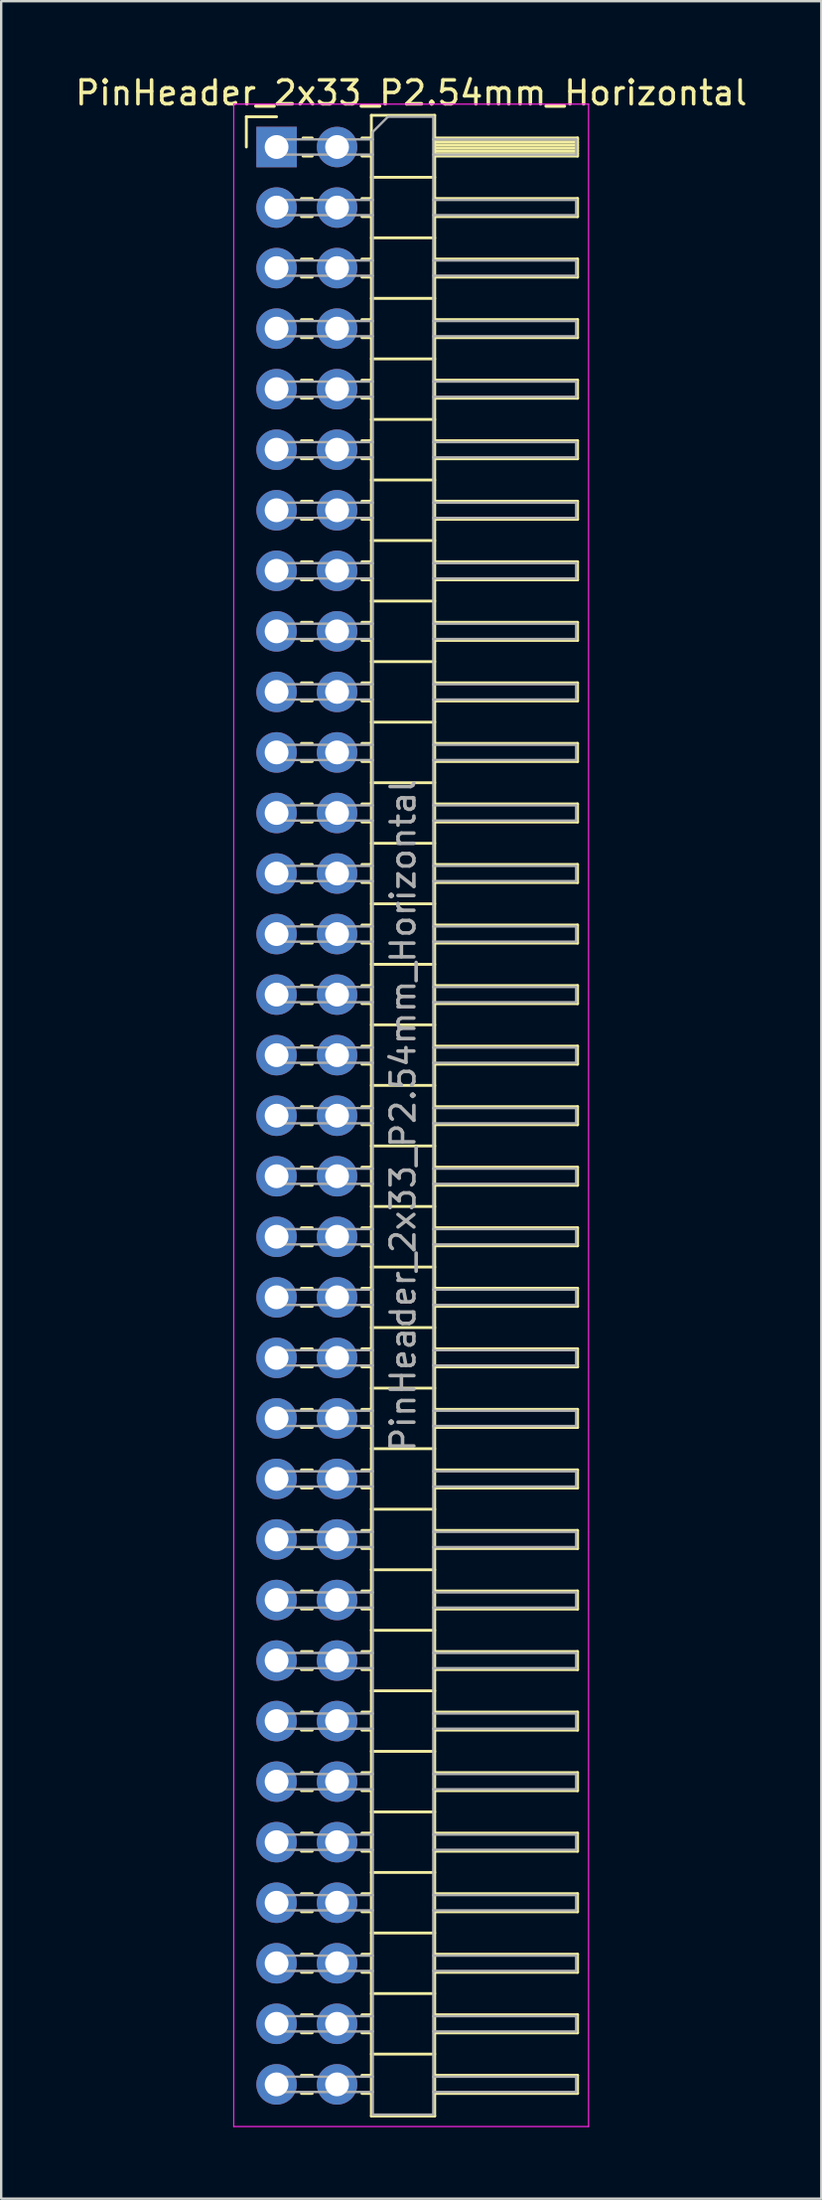
<source format=kicad_pcb>
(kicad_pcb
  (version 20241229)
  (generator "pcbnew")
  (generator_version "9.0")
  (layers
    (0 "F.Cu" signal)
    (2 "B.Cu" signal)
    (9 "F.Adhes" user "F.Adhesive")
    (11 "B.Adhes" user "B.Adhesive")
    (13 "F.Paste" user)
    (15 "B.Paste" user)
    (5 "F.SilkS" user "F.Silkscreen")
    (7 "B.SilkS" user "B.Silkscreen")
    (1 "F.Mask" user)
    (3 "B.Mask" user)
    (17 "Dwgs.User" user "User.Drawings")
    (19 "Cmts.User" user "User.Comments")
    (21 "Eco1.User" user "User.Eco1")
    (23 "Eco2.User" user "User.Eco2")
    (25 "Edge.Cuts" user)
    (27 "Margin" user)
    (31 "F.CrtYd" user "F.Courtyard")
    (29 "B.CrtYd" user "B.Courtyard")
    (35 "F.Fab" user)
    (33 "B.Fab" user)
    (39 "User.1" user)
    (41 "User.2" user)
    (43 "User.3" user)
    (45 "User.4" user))
  (footprint "PinHeader_2x33_P2.54mm_Horizontal"
    (layer "F.Cu")
    (at 8.565 3.118)
    (property "Reference" "PinHeader_2x33_P2.54mm_Horizontal" (at 5.655 -2.27 0) (layer "F.SilkS") (effects (font (size 1 1) (thickness 0.15))))
    (attr through_hole)
    (fp_line (start -1.27 -1.27) (end 0 -1.27) (stroke (width 0.12) (type solid)) (layer "F.SilkS"))
    (fp_line (start -1.27 0) (end -1.27 -1.27) (stroke (width 0.12) (type solid)) (layer "F.SilkS"))
    (fp_line (start 1.043 2.16) (end 1.497 2.16) (stroke (width 0.12) (type solid)) (layer "F.SilkS"))
    (fp_line (start 1.043 2.92) (end 1.497 2.92) (stroke (width 0.12) (type solid)) (layer "F.SilkS"))
    (fp_line (start 1.043 4.7) (end 1.497 4.7) (stroke (width 0.12) (type solid)) (layer "F.SilkS"))
    (fp_line (start 1.043 5.46) (end 1.497 5.46) (stroke (width 0.12) (type solid)) (layer "F.SilkS"))
    (fp_line (start 1.043 7.24) (end 1.497 7.24) (stroke (width 0.12) (type solid)) (layer "F.SilkS"))
    (fp_line (start 1.043 8) (end 1.497 8) (stroke (width 0.12) (type solid)) (layer "F.SilkS"))
    (fp_line (start 1.043 9.78) (end 1.497 9.78) (stroke (width 0.12) (type solid)) (layer "F.SilkS"))
    (fp_line (start 1.043 10.54) (end 1.497 10.54) (stroke (width 0.12) (type solid)) (layer "F.SilkS"))
    (fp_line (start 1.043 12.32) (end 1.497 12.32) (stroke (width 0.12) (type solid)) (layer "F.SilkS"))
    (fp_line (start 1.043 13.08) (end 1.497 13.08) (stroke (width 0.12) (type solid)) (layer "F.SilkS"))
    (fp_line (start 1.043 14.86) (end 1.497 14.86) (stroke (width 0.12) (type solid)) (layer "F.SilkS"))
    (fp_line (start 1.043 15.62) (end 1.497 15.62) (stroke (width 0.12) (type solid)) (layer "F.SilkS"))
    (fp_line (start 1.043 17.4) (end 1.497 17.4) (stroke (width 0.12) (type solid)) (layer "F.SilkS"))
    (fp_line (start 1.043 18.16) (end 1.497 18.16) (stroke (width 0.12) (type solid)) (layer "F.SilkS"))
    (fp_line (start 1.043 19.94) (end 1.497 19.94) (stroke (width 0.12) (type solid)) (layer "F.SilkS"))
    (fp_line (start 1.043 20.7) (end 1.497 20.7) (stroke (width 0.12) (type solid)) (layer "F.SilkS"))
    (fp_line (start 1.043 22.48) (end 1.497 22.48) (stroke (width 0.12) (type solid)) (layer "F.SilkS"))
    (fp_line (start 1.043 23.24) (end 1.497 23.24) (stroke (width 0.12) (type solid)) (layer "F.SilkS"))
    (fp_line (start 1.043 25.02) (end 1.497 25.02) (stroke (width 0.12) (type solid)) (layer "F.SilkS"))
    (fp_line (start 1.043 25.78) (end 1.497 25.78) (stroke (width 0.12) (type solid)) (layer "F.SilkS"))
    (fp_line (start 1.043 27.56) (end 1.497 27.56) (stroke (width 0.12) (type solid)) (layer "F.SilkS"))
    (fp_line (start 1.043 28.32) (end 1.497 28.32) (stroke (width 0.12) (type solid)) (layer "F.SilkS"))
    (fp_line (start 1.043 30.1) (end 1.497 30.1) (stroke (width 0.12) (type solid)) (layer "F.SilkS"))
    (fp_line (start 1.043 30.86) (end 1.497 30.86) (stroke (width 0.12) (type solid)) (layer "F.SilkS"))
    (fp_line (start 1.043 32.64) (end 1.497 32.64) (stroke (width 0.12) (type solid)) (layer "F.SilkS"))
    (fp_line (start 1.043 33.4) (end 1.497 33.4) (stroke (width 0.12) (type solid)) (layer "F.SilkS"))
    (fp_line (start 1.043 35.18) (end 1.497 35.18) (stroke (width 0.12) (type solid)) (layer "F.SilkS"))
    (fp_line (start 1.043 35.94) (end 1.497 35.94) (stroke (width 0.12) (type solid)) (layer "F.SilkS"))
    (fp_line (start 1.043 37.72) (end 1.497 37.72) (stroke (width 0.12) (type solid)) (layer "F.SilkS"))
    (fp_line (start 1.043 38.48) (end 1.497 38.48) (stroke (width 0.12) (type solid)) (layer "F.SilkS"))
    (fp_line (start 1.043 40.26) (end 1.497 40.26) (stroke (width 0.12) (type solid)) (layer "F.SilkS"))
    (fp_line (start 1.043 41.02) (end 1.497 41.02) (stroke (width 0.12) (type solid)) (layer "F.SilkS"))
    (fp_line (start 1.043 42.8) (end 1.497 42.8) (stroke (width 0.12) (type solid)) (layer "F.SilkS"))
    (fp_line (start 1.043 43.56) (end 1.497 43.56) (stroke (width 0.12) (type solid)) (layer "F.SilkS"))
    (fp_line (start 1.043 45.34) (end 1.497 45.34) (stroke (width 0.12) (type solid)) (layer "F.SilkS"))
    (fp_line (start 1.043 46.1) (end 1.497 46.1) (stroke (width 0.12) (type solid)) (layer "F.SilkS"))
    (fp_line (start 1.043 47.88) (end 1.497 47.88) (stroke (width 0.12) (type solid)) (layer "F.SilkS"))
    (fp_line (start 1.043 48.64) (end 1.497 48.64) (stroke (width 0.12) (type solid)) (layer "F.SilkS"))
    (fp_line (start 1.043 50.42) (end 1.497 50.42) (stroke (width 0.12) (type solid)) (layer "F.SilkS"))
    (fp_line (start 1.043 51.18) (end 1.497 51.18) (stroke (width 0.12) (type solid)) (layer "F.SilkS"))
    (fp_line (start 1.043 52.96) (end 1.497 52.96) (stroke (width 0.12) (type solid)) (layer "F.SilkS"))
    (fp_line (start 1.043 53.72) (end 1.497 53.72) (stroke (width 0.12) (type solid)) (layer "F.SilkS"))
    (fp_line (start 1.043 55.5) (end 1.497 55.5) (stroke (width 0.12) (type solid)) (layer "F.SilkS"))
    (fp_line (start 1.043 56.26) (end 1.497 56.26) (stroke (width 0.12) (type solid)) (layer "F.SilkS"))
    (fp_line (start 1.043 58.04) (end 1.497 58.04) (stroke (width 0.12) (type solid)) (layer "F.SilkS"))
    (fp_line (start 1.043 58.8) (end 1.497 58.8) (stroke (width 0.12) (type solid)) (layer "F.SilkS"))
    (fp_line (start 1.043 60.58) (end 1.497 60.58) (stroke (width 0.12) (type solid)) (layer "F.SilkS"))
    (fp_line (start 1.043 61.34) (end 1.497 61.34) (stroke (width 0.12) (type solid)) (layer "F.SilkS"))
    (fp_line (start 1.043 63.12) (end 1.497 63.12) (stroke (width 0.12) (type solid)) (layer "F.SilkS"))
    (fp_line (start 1.043 63.88) (end 1.497 63.88) (stroke (width 0.12) (type solid)) (layer "F.SilkS"))
    (fp_line (start 1.043 65.66) (end 1.497 65.66) (stroke (width 0.12) (type solid)) (layer "F.SilkS"))
    (fp_line (start 1.043 66.42) (end 1.497 66.42) (stroke (width 0.12) (type solid)) (layer "F.SilkS"))
    (fp_line (start 1.043 68.2) (end 1.497 68.2) (stroke (width 0.12) (type solid)) (layer "F.SilkS"))
    (fp_line (start 1.043 68.96) (end 1.497 68.96) (stroke (width 0.12) (type solid)) (layer "F.SilkS"))
    (fp_line (start 1.043 70.74) (end 1.497 70.74) (stroke (width 0.12) (type solid)) (layer "F.SilkS"))
    (fp_line (start 1.043 71.5) (end 1.497 71.5) (stroke (width 0.12) (type solid)) (layer "F.SilkS"))
    (fp_line (start 1.043 73.28) (end 1.497 73.28) (stroke (width 0.12) (type solid)) (layer "F.SilkS"))
    (fp_line (start 1.043 74.04) (end 1.497 74.04) (stroke (width 0.12) (type solid)) (layer "F.SilkS"))
    (fp_line (start 1.043 75.82) (end 1.497 75.82) (stroke (width 0.12) (type solid)) (layer "F.SilkS"))
    (fp_line (start 1.043 76.58) (end 1.497 76.58) (stroke (width 0.12) (type solid)) (layer "F.SilkS"))
    (fp_line (start 1.043 78.36) (end 1.497 78.36) (stroke (width 0.12) (type solid)) (layer "F.SilkS"))
    (fp_line (start 1.043 79.12) (end 1.497 79.12) (stroke (width 0.12) (type solid)) (layer "F.SilkS"))
    (fp_line (start 1.043 80.9) (end 1.497 80.9) (stroke (width 0.12) (type solid)) (layer "F.SilkS"))
    (fp_line (start 1.043 81.66) (end 1.497 81.66) (stroke (width 0.12) (type solid)) (layer "F.SilkS"))
    (fp_line (start 1.11 -0.38) (end 1.497 -0.38) (stroke (width 0.12) (type solid)) (layer "F.SilkS"))
    (fp_line (start 1.11 0.38) (end 1.497 0.38) (stroke (width 0.12) (type solid)) (layer "F.SilkS"))
    (fp_line (start 3.583 -0.38) (end 3.98 -0.38) (stroke (width 0.12) (type solid)) (layer "F.SilkS"))
    (fp_line (start 3.583 0.38) (end 3.98 0.38) (stroke (width 0.12) (type solid)) (layer "F.SilkS"))
    (fp_line (start 3.583 2.16) (end 3.98 2.16) (stroke (width 0.12) (type solid)) (layer "F.SilkS"))
    (fp_line (start 3.583 2.92) (end 3.98 2.92) (stroke (width 0.12) (type solid)) (layer "F.SilkS"))
    (fp_line (start 3.583 4.7) (end 3.98 4.7) (stroke (width 0.12) (type solid)) (layer "F.SilkS"))
    (fp_line (start 3.583 5.46) (end 3.98 5.46) (stroke (width 0.12) (type solid)) (layer "F.SilkS"))
    (fp_line (start 3.583 7.24) (end 3.98 7.24) (stroke (width 0.12) (type solid)) (layer "F.SilkS"))
    (fp_line (start 3.583 8) (end 3.98 8) (stroke (width 0.12) (type solid)) (layer "F.SilkS"))
    (fp_line (start 3.583 9.78) (end 3.98 9.78) (stroke (width 0.12) (type solid)) (layer "F.SilkS"))
    (fp_line (start 3.583 10.54) (end 3.98 10.54) (stroke (width 0.12) (type solid)) (layer "F.SilkS"))
    (fp_line (start 3.583 12.32) (end 3.98 12.32) (stroke (width 0.12) (type solid)) (layer "F.SilkS"))
    (fp_line (start 3.583 13.08) (end 3.98 13.08) (stroke (width 0.12) (type solid)) (layer "F.SilkS"))
    (fp_line (start 3.583 14.86) (end 3.98 14.86) (stroke (width 0.12) (type solid)) (layer "F.SilkS"))
    (fp_line (start 3.583 15.62) (end 3.98 15.62) (stroke (width 0.12) (type solid)) (layer "F.SilkS"))
    (fp_line (start 3.583 17.4) (end 3.98 17.4) (stroke (width 0.12) (type solid)) (layer "F.SilkS"))
    (fp_line (start 3.583 18.16) (end 3.98 18.16) (stroke (width 0.12) (type solid)) (layer "F.SilkS"))
    (fp_line (start 3.583 19.94) (end 3.98 19.94) (stroke (width 0.12) (type solid)) (layer "F.SilkS"))
    (fp_line (start 3.583 20.7) (end 3.98 20.7) (stroke (width 0.12) (type solid)) (layer "F.SilkS"))
    (fp_line (start 3.583 22.48) (end 3.98 22.48) (stroke (width 0.12) (type solid)) (layer "F.SilkS"))
    (fp_line (start 3.583 23.24) (end 3.98 23.24) (stroke (width 0.12) (type solid)) (layer "F.SilkS"))
    (fp_line (start 3.583 25.02) (end 3.98 25.02) (stroke (width 0.12) (type solid)) (layer "F.SilkS"))
    (fp_line (start 3.583 25.78) (end 3.98 25.78) (stroke (width 0.12) (type solid)) (layer "F.SilkS"))
    (fp_line (start 3.583 27.56) (end 3.98 27.56) (stroke (width 0.12) (type solid)) (layer "F.SilkS"))
    (fp_line (start 3.583 28.32) (end 3.98 28.32) (stroke (width 0.12) (type solid)) (layer "F.SilkS"))
    (fp_line (start 3.583 30.1) (end 3.98 30.1) (stroke (width 0.12) (type solid)) (layer "F.SilkS"))
    (fp_line (start 3.583 30.86) (end 3.98 30.86) (stroke (width 0.12) (type solid)) (layer "F.SilkS"))
    (fp_line (start 3.583 32.64) (end 3.98 32.64) (stroke (width 0.12) (type solid)) (layer "F.SilkS"))
    (fp_line (start 3.583 33.4) (end 3.98 33.4) (stroke (width 0.12) (type solid)) (layer "F.SilkS"))
    (fp_line (start 3.583 35.18) (end 3.98 35.18) (stroke (width 0.12) (type solid)) (layer "F.SilkS"))
    (fp_line (start 3.583 35.94) (end 3.98 35.94) (stroke (width 0.12) (type solid)) (layer "F.SilkS"))
    (fp_line (start 3.583 37.72) (end 3.98 37.72) (stroke (width 0.12) (type solid)) (layer "F.SilkS"))
    (fp_line (start 3.583 38.48) (end 3.98 38.48) (stroke (width 0.12) (type solid)) (layer "F.SilkS"))
    (fp_line (start 3.583 40.26) (end 3.98 40.26) (stroke (width 0.12) (type solid)) (layer "F.SilkS"))
    (fp_line (start 3.583 41.02) (end 3.98 41.02) (stroke (width 0.12) (type solid)) (layer "F.SilkS"))
    (fp_line (start 3.583 42.8) (end 3.98 42.8) (stroke (width 0.12) (type solid)) (layer "F.SilkS"))
    (fp_line (start 3.583 43.56) (end 3.98 43.56) (stroke (width 0.12) (type solid)) (layer "F.SilkS"))
    (fp_line (start 3.583 45.34) (end 3.98 45.34) (stroke (width 0.12) (type solid)) (layer "F.SilkS"))
    (fp_line (start 3.583 46.1) (end 3.98 46.1) (stroke (width 0.12) (type solid)) (layer "F.SilkS"))
    (fp_line (start 3.583 47.88) (end 3.98 47.88) (stroke (width 0.12) (type solid)) (layer "F.SilkS"))
    (fp_line (start 3.583 48.64) (end 3.98 48.64) (stroke (width 0.12) (type solid)) (layer "F.SilkS"))
    (fp_line (start 3.583 50.42) (end 3.98 50.42) (stroke (width 0.12) (type solid)) (layer "F.SilkS"))
    (fp_line (start 3.583 51.18) (end 3.98 51.18) (stroke (width 0.12) (type solid)) (layer "F.SilkS"))
    (fp_line (start 3.583 52.96) (end 3.98 52.96) (stroke (width 0.12) (type solid)) (layer "F.SilkS"))
    (fp_line (start 3.583 53.72) (end 3.98 53.72) (stroke (width 0.12) (type solid)) (layer "F.SilkS"))
    (fp_line (start 3.583 55.5) (end 3.98 55.5) (stroke (width 0.12) (type solid)) (layer "F.SilkS"))
    (fp_line (start 3.583 56.26) (end 3.98 56.26) (stroke (width 0.12) (type solid)) (layer "F.SilkS"))
    (fp_line (start 3.583 58.04) (end 3.98 58.04) (stroke (width 0.12) (type solid)) (layer "F.SilkS"))
    (fp_line (start 3.583 58.8) (end 3.98 58.8) (stroke (width 0.12) (type solid)) (layer "F.SilkS"))
    (fp_line (start 3.583 60.58) (end 3.98 60.58) (stroke (width 0.12) (type solid)) (layer "F.SilkS"))
    (fp_line (start 3.583 61.34) (end 3.98 61.34) (stroke (width 0.12) (type solid)) (layer "F.SilkS"))
    (fp_line (start 3.583 63.12) (end 3.98 63.12) (stroke (width 0.12) (type solid)) (layer "F.SilkS"))
    (fp_line (start 3.583 63.88) (end 3.98 63.88) (stroke (width 0.12) (type solid)) (layer "F.SilkS"))
    (fp_line (start 3.583 65.66) (end 3.98 65.66) (stroke (width 0.12) (type solid)) (layer "F.SilkS"))
    (fp_line (start 3.583 66.42) (end 3.98 66.42) (stroke (width 0.12) (type solid)) (layer "F.SilkS"))
    (fp_line (start 3.583 68.2) (end 3.98 68.2) (stroke (width 0.12) (type solid)) (layer "F.SilkS"))
    (fp_line (start 3.583 68.96) (end 3.98 68.96) (stroke (width 0.12) (type solid)) (layer "F.SilkS"))
    (fp_line (start 3.583 70.74) (end 3.98 70.74) (stroke (width 0.12) (type solid)) (layer "F.SilkS"))
    (fp_line (start 3.583 71.5) (end 3.98 71.5) (stroke (width 0.12) (type solid)) (layer "F.SilkS"))
    (fp_line (start 3.583 73.28) (end 3.98 73.28) (stroke (width 0.12) (type solid)) (layer "F.SilkS"))
    (fp_line (start 3.583 74.04) (end 3.98 74.04) (stroke (width 0.12) (type solid)) (layer "F.SilkS"))
    (fp_line (start 3.583 75.82) (end 3.98 75.82) (stroke (width 0.12) (type solid)) (layer "F.SilkS"))
    (fp_line (start 3.583 76.58) (end 3.98 76.58) (stroke (width 0.12) (type solid)) (layer "F.SilkS"))
    (fp_line (start 3.583 78.36) (end 3.98 78.36) (stroke (width 0.12) (type solid)) (layer "F.SilkS"))
    (fp_line (start 3.583 79.12) (end 3.98 79.12) (stroke (width 0.12) (type solid)) (layer "F.SilkS"))
    (fp_line (start 3.583 80.9) (end 3.98 80.9) (stroke (width 0.12) (type solid)) (layer "F.SilkS"))
    (fp_line (start 3.583 81.66) (end 3.98 81.66) (stroke (width 0.12) (type solid)) (layer "F.SilkS"))
    (fp_line (start 3.98 -1.33) (end 3.98 82.61) (stroke (width 0.12) (type solid)) (layer "F.SilkS"))
    (fp_line (start 3.98 1.27) (end 6.64 1.27) (stroke (width 0.12) (type solid)) (layer "F.SilkS"))
    (fp_line (start 3.98 3.81) (end 6.64 3.81) (stroke (width 0.12) (type solid)) (layer "F.SilkS"))
    (fp_line (start 3.98 6.35) (end 6.64 6.35) (stroke (width 0.12) (type solid)) (layer "F.SilkS"))
    (fp_line (start 3.98 8.89) (end 6.64 8.89) (stroke (width 0.12) (type solid)) (layer "F.SilkS"))
    (fp_line (start 3.98 11.43) (end 6.64 11.43) (stroke (width 0.12) (type solid)) (layer "F.SilkS"))
    (fp_line (start 3.98 13.97) (end 6.64 13.97) (stroke (width 0.12) (type solid)) (layer "F.SilkS"))
    (fp_line (start 3.98 16.51) (end 6.64 16.51) (stroke (width 0.12) (type solid)) (layer "F.SilkS"))
    (fp_line (start 3.98 19.05) (end 6.64 19.05) (stroke (width 0.12) (type solid)) (layer "F.SilkS"))
    (fp_line (start 3.98 21.59) (end 6.64 21.59) (stroke (width 0.12) (type solid)) (layer "F.SilkS"))
    (fp_line (start 3.98 24.13) (end 6.64 24.13) (stroke (width 0.12) (type solid)) (layer "F.SilkS"))
    (fp_line (start 3.98 26.67) (end 6.64 26.67) (stroke (width 0.12) (type solid)) (layer "F.SilkS"))
    (fp_line (start 3.98 29.21) (end 6.64 29.21) (stroke (width 0.12) (type solid)) (layer "F.SilkS"))
    (fp_line (start 3.98 31.75) (end 6.64 31.75) (stroke (width 0.12) (type solid)) (layer "F.SilkS"))
    (fp_line (start 3.98 34.29) (end 6.64 34.29) (stroke (width 0.12) (type solid)) (layer "F.SilkS"))
    (fp_line (start 3.98 36.83) (end 6.64 36.83) (stroke (width 0.12) (type solid)) (layer "F.SilkS"))
    (fp_line (start 3.98 39.37) (end 6.64 39.37) (stroke (width 0.12) (type solid)) (layer "F.SilkS"))
    (fp_line (start 3.98 41.91) (end 6.64 41.91) (stroke (width 0.12) (type solid)) (layer "F.SilkS"))
    (fp_line (start 3.98 44.45) (end 6.64 44.45) (stroke (width 0.12) (type solid)) (layer "F.SilkS"))
    (fp_line (start 3.98 46.99) (end 6.64 46.99) (stroke (width 0.12) (type solid)) (layer "F.SilkS"))
    (fp_line (start 3.98 49.53) (end 6.64 49.53) (stroke (width 0.12) (type solid)) (layer "F.SilkS"))
    (fp_line (start 3.98 52.07) (end 6.64 52.07) (stroke (width 0.12) (type solid)) (layer "F.SilkS"))
    (fp_line (start 3.98 54.61) (end 6.64 54.61) (stroke (width 0.12) (type solid)) (layer "F.SilkS"))
    (fp_line (start 3.98 57.15) (end 6.64 57.15) (stroke (width 0.12) (type solid)) (layer "F.SilkS"))
    (fp_line (start 3.98 59.69) (end 6.64 59.69) (stroke (width 0.12) (type solid)) (layer "F.SilkS"))
    (fp_line (start 3.98 62.23) (end 6.64 62.23) (stroke (width 0.12) (type solid)) (layer "F.SilkS"))
    (fp_line (start 3.98 64.77) (end 6.64 64.77) (stroke (width 0.12) (type solid)) (layer "F.SilkS"))
    (fp_line (start 3.98 67.31) (end 6.64 67.31) (stroke (width 0.12) (type solid)) (layer "F.SilkS"))
    (fp_line (start 3.98 69.85) (end 6.64 69.85) (stroke (width 0.12) (type solid)) (layer "F.SilkS"))
    (fp_line (start 3.98 72.39) (end 6.64 72.39) (stroke (width 0.12) (type solid)) (layer "F.SilkS"))
    (fp_line (start 3.98 74.93) (end 6.64 74.93) (stroke (width 0.12) (type solid)) (layer "F.SilkS"))
    (fp_line (start 3.98 77.47) (end 6.64 77.47) (stroke (width 0.12) (type solid)) (layer "F.SilkS"))
    (fp_line (start 3.98 80.01) (end 6.64 80.01) (stroke (width 0.12) (type solid)) (layer "F.SilkS"))
    (fp_line (start 3.98 82.61) (end 6.64 82.61) (stroke (width 0.12) (type solid)) (layer "F.SilkS"))
    (fp_line (start 6.64 -1.33) (end 3.98 -1.33) (stroke (width 0.12) (type solid)) (layer "F.SilkS"))
    (fp_line (start 6.64 -0.38) (end 12.64 -0.38) (stroke (width 0.12) (type solid)) (layer "F.SilkS"))
    (fp_line (start 6.64 -0.32) (end 12.64 -0.32) (stroke (width 0.12) (type solid)) (layer "F.SilkS"))
    (fp_line (start 6.64 -0.2) (end 12.64 -0.2) (stroke (width 0.12) (type solid)) (layer "F.SilkS"))
    (fp_line (start 6.64 -0.08) (end 12.64 -0.08) (stroke (width 0.12) (type solid)) (layer "F.SilkS"))
    (fp_line (start 6.64 0.04) (end 12.64 0.04) (stroke (width 0.12) (type solid)) (layer "F.SilkS"))
    (fp_line (start 6.64 0.16) (end 12.64 0.16) (stroke (width 0.12) (type solid)) (layer "F.SilkS"))
    (fp_line (start 6.64 0.28) (end 12.64 0.28) (stroke (width 0.12) (type solid)) (layer "F.SilkS"))
    (fp_line (start 6.64 2.16) (end 12.64 2.16) (stroke (width 0.12) (type solid)) (layer "F.SilkS"))
    (fp_line (start 6.64 4.7) (end 12.64 4.7) (stroke (width 0.12) (type solid)) (layer "F.SilkS"))
    (fp_line (start 6.64 7.24) (end 12.64 7.24) (stroke (width 0.12) (type solid)) (layer "F.SilkS"))
    (fp_line (start 6.64 9.78) (end 12.64 9.78) (stroke (width 0.12) (type solid)) (layer "F.SilkS"))
    (fp_line (start 6.64 12.32) (end 12.64 12.32) (stroke (width 0.12) (type solid)) (layer "F.SilkS"))
    (fp_line (start 6.64 14.86) (end 12.64 14.86) (stroke (width 0.12) (type solid)) (layer "F.SilkS"))
    (fp_line (start 6.64 17.4) (end 12.64 17.4) (stroke (width 0.12) (type solid)) (layer "F.SilkS"))
    (fp_line (start 6.64 19.94) (end 12.64 19.94) (stroke (width 0.12) (type solid)) (layer "F.SilkS"))
    (fp_line (start 6.64 22.48) (end 12.64 22.48) (stroke (width 0.12) (type solid)) (layer "F.SilkS"))
    (fp_line (start 6.64 25.02) (end 12.64 25.02) (stroke (width 0.12) (type solid)) (layer "F.SilkS"))
    (fp_line (start 6.64 27.56) (end 12.64 27.56) (stroke (width 0.12) (type solid)) (layer "F.SilkS"))
    (fp_line (start 6.64 30.1) (end 12.64 30.1) (stroke (width 0.12) (type solid)) (layer "F.SilkS"))
    (fp_line (start 6.64 32.64) (end 12.64 32.64) (stroke (width 0.12) (type solid)) (layer "F.SilkS"))
    (fp_line (start 6.64 35.18) (end 12.64 35.18) (stroke (width 0.12) (type solid)) (layer "F.SilkS"))
    (fp_line (start 6.64 37.72) (end 12.64 37.72) (stroke (width 0.12) (type solid)) (layer "F.SilkS"))
    (fp_line (start 6.64 40.26) (end 12.64 40.26) (stroke (width 0.12) (type solid)) (layer "F.SilkS"))
    (fp_line (start 6.64 42.8) (end 12.64 42.8) (stroke (width 0.12) (type solid)) (layer "F.SilkS"))
    (fp_line (start 6.64 45.34) (end 12.64 45.34) (stroke (width 0.12) (type solid)) (layer "F.SilkS"))
    (fp_line (start 6.64 47.88) (end 12.64 47.88) (stroke (width 0.12) (type solid)) (layer "F.SilkS"))
    (fp_line (start 6.64 50.42) (end 12.64 50.42) (stroke (width 0.12) (type solid)) (layer "F.SilkS"))
    (fp_line (start 6.64 52.96) (end 12.64 52.96) (stroke (width 0.12) (type solid)) (layer "F.SilkS"))
    (fp_line (start 6.64 55.5) (end 12.64 55.5) (stroke (width 0.12) (type solid)) (layer "F.SilkS"))
    (fp_line (start 6.64 58.04) (end 12.64 58.04) (stroke (width 0.12) (type solid)) (layer "F.SilkS"))
    (fp_line (start 6.64 60.58) (end 12.64 60.58) (stroke (width 0.12) (type solid)) (layer "F.SilkS"))
    (fp_line (start 6.64 63.12) (end 12.64 63.12) (stroke (width 0.12) (type solid)) (layer "F.SilkS"))
    (fp_line (start 6.64 65.66) (end 12.64 65.66) (stroke (width 0.12) (type solid)) (layer "F.SilkS"))
    (fp_line (start 6.64 68.2) (end 12.64 68.2) (stroke (width 0.12) (type solid)) (layer "F.SilkS"))
    (fp_line (start 6.64 70.74) (end 12.64 70.74) (stroke (width 0.12) (type solid)) (layer "F.SilkS"))
    (fp_line (start 6.64 73.28) (end 12.64 73.28) (stroke (width 0.12) (type solid)) (layer "F.SilkS"))
    (fp_line (start 6.64 75.82) (end 12.64 75.82) (stroke (width 0.12) (type solid)) (layer "F.SilkS"))
    (fp_line (start 6.64 78.36) (end 12.64 78.36) (stroke (width 0.12) (type solid)) (layer "F.SilkS"))
    (fp_line (start 6.64 80.9) (end 12.64 80.9) (stroke (width 0.12) (type solid)) (layer "F.SilkS"))
    (fp_line (start 6.64 82.61) (end 6.64 -1.33) (stroke (width 0.12) (type solid)) (layer "F.SilkS"))
    (fp_line (start 12.64 -0.38) (end 12.64 0.38) (stroke (width 0.12) (type solid)) (layer "F.SilkS"))
    (fp_line (start 12.64 0.38) (end 6.64 0.38) (stroke (width 0.12) (type solid)) (layer "F.SilkS"))
    (fp_line (start 12.64 2.16) (end 12.64 2.92) (stroke (width 0.12) (type solid)) (layer "F.SilkS"))
    (fp_line (start 12.64 2.92) (end 6.64 2.92) (stroke (width 0.12) (type solid)) (layer "F.SilkS"))
    (fp_line (start 12.64 4.7) (end 12.64 5.46) (stroke (width 0.12) (type solid)) (layer "F.SilkS"))
    (fp_line (start 12.64 5.46) (end 6.64 5.46) (stroke (width 0.12) (type solid)) (layer "F.SilkS"))
    (fp_line (start 12.64 7.24) (end 12.64 8) (stroke (width 0.12) (type solid)) (layer "F.SilkS"))
    (fp_line (start 12.64 8) (end 6.64 8) (stroke (width 0.12) (type solid)) (layer "F.SilkS"))
    (fp_line (start 12.64 9.78) (end 12.64 10.54) (stroke (width 0.12) (type solid)) (layer "F.SilkS"))
    (fp_line (start 12.64 10.54) (end 6.64 10.54) (stroke (width 0.12) (type solid)) (layer "F.SilkS"))
    (fp_line (start 12.64 12.32) (end 12.64 13.08) (stroke (width 0.12) (type solid)) (layer "F.SilkS"))
    (fp_line (start 12.64 13.08) (end 6.64 13.08) (stroke (width 0.12) (type solid)) (layer "F.SilkS"))
    (fp_line (start 12.64 14.86) (end 12.64 15.62) (stroke (width 0.12) (type solid)) (layer "F.SilkS"))
    (fp_line (start 12.64 15.62) (end 6.64 15.62) (stroke (width 0.12) (type solid)) (layer "F.SilkS"))
    (fp_line (start 12.64 17.4) (end 12.64 18.16) (stroke (width 0.12) (type solid)) (layer "F.SilkS"))
    (fp_line (start 12.64 18.16) (end 6.64 18.16) (stroke (width 0.12) (type solid)) (layer "F.SilkS"))
    (fp_line (start 12.64 19.94) (end 12.64 20.7) (stroke (width 0.12) (type solid)) (layer "F.SilkS"))
    (fp_line (start 12.64 20.7) (end 6.64 20.7) (stroke (width 0.12) (type solid)) (layer "F.SilkS"))
    (fp_line (start 12.64 22.48) (end 12.64 23.24) (stroke (width 0.12) (type solid)) (layer "F.SilkS"))
    (fp_line (start 12.64 23.24) (end 6.64 23.24) (stroke (width 0.12) (type solid)) (layer "F.SilkS"))
    (fp_line (start 12.64 25.02) (end 12.64 25.78) (stroke (width 0.12) (type solid)) (layer "F.SilkS"))
    (fp_line (start 12.64 25.78) (end 6.64 25.78) (stroke (width 0.12) (type solid)) (layer "F.SilkS"))
    (fp_line (start 12.64 27.56) (end 12.64 28.32) (stroke (width 0.12) (type solid)) (layer "F.SilkS"))
    (fp_line (start 12.64 28.32) (end 6.64 28.32) (stroke (width 0.12) (type solid)) (layer "F.SilkS"))
    (fp_line (start 12.64 30.1) (end 12.64 30.86) (stroke (width 0.12) (type solid)) (layer "F.SilkS"))
    (fp_line (start 12.64 30.86) (end 6.64 30.86) (stroke (width 0.12) (type solid)) (layer "F.SilkS"))
    (fp_line (start 12.64 32.64) (end 12.64 33.4) (stroke (width 0.12) (type solid)) (layer "F.SilkS"))
    (fp_line (start 12.64 33.4) (end 6.64 33.4) (stroke (width 0.12) (type solid)) (layer "F.SilkS"))
    (fp_line (start 12.64 35.18) (end 12.64 35.94) (stroke (width 0.12) (type solid)) (layer "F.SilkS"))
    (fp_line (start 12.64 35.94) (end 6.64 35.94) (stroke (width 0.12) (type solid)) (layer "F.SilkS"))
    (fp_line (start 12.64 37.72) (end 12.64 38.48) (stroke (width 0.12) (type solid)) (layer "F.SilkS"))
    (fp_line (start 12.64 38.48) (end 6.64 38.48) (stroke (width 0.12) (type solid)) (layer "F.SilkS"))
    (fp_line (start 12.64 40.26) (end 12.64 41.02) (stroke (width 0.12) (type solid)) (layer "F.SilkS"))
    (fp_line (start 12.64 41.02) (end 6.64 41.02) (stroke (width 0.12) (type solid)) (layer "F.SilkS"))
    (fp_line (start 12.64 42.8) (end 12.64 43.56) (stroke (width 0.12) (type solid)) (layer "F.SilkS"))
    (fp_line (start 12.64 43.56) (end 6.64 43.56) (stroke (width 0.12) (type solid)) (layer "F.SilkS"))
    (fp_line (start 12.64 45.34) (end 12.64 46.1) (stroke (width 0.12) (type solid)) (layer "F.SilkS"))
    (fp_line (start 12.64 46.1) (end 6.64 46.1) (stroke (width 0.12) (type solid)) (layer "F.SilkS"))
    (fp_line (start 12.64 47.88) (end 12.64 48.64) (stroke (width 0.12) (type solid)) (layer "F.SilkS"))
    (fp_line (start 12.64 48.64) (end 6.64 48.64) (stroke (width 0.12) (type solid)) (layer "F.SilkS"))
    (fp_line (start 12.64 50.42) (end 12.64 51.18) (stroke (width 0.12) (type solid)) (layer "F.SilkS"))
    (fp_line (start 12.64 51.18) (end 6.64 51.18) (stroke (width 0.12) (type solid)) (layer "F.SilkS"))
    (fp_line (start 12.64 52.96) (end 12.64 53.72) (stroke (width 0.12) (type solid)) (layer "F.SilkS"))
    (fp_line (start 12.64 53.72) (end 6.64 53.72) (stroke (width 0.12) (type solid)) (layer "F.SilkS"))
    (fp_line (start 12.64 55.5) (end 12.64 56.26) (stroke (width 0.12) (type solid)) (layer "F.SilkS"))
    (fp_line (start 12.64 56.26) (end 6.64 56.26) (stroke (width 0.12) (type solid)) (layer "F.SilkS"))
    (fp_line (start 12.64 58.04) (end 12.64 58.8) (stroke (width 0.12) (type solid)) (layer "F.SilkS"))
    (fp_line (start 12.64 58.8) (end 6.64 58.8) (stroke (width 0.12) (type solid)) (layer "F.SilkS"))
    (fp_line (start 12.64 60.58) (end 12.64 61.34) (stroke (width 0.12) (type solid)) (layer "F.SilkS"))
    (fp_line (start 12.64 61.34) (end 6.64 61.34) (stroke (width 0.12) (type solid)) (layer "F.SilkS"))
    (fp_line (start 12.64 63.12) (end 12.64 63.88) (stroke (width 0.12) (type solid)) (layer "F.SilkS"))
    (fp_line (start 12.64 63.88) (end 6.64 63.88) (stroke (width 0.12) (type solid)) (layer "F.SilkS"))
    (fp_line (start 12.64 65.66) (end 12.64 66.42) (stroke (width 0.12) (type solid)) (layer "F.SilkS"))
    (fp_line (start 12.64 66.42) (end 6.64 66.42) (stroke (width 0.12) (type solid)) (layer "F.SilkS"))
    (fp_line (start 12.64 68.2) (end 12.64 68.96) (stroke (width 0.12) (type solid)) (layer "F.SilkS"))
    (fp_line (start 12.64 68.96) (end 6.64 68.96) (stroke (width 0.12) (type solid)) (layer "F.SilkS"))
    (fp_line (start 12.64 70.74) (end 12.64 71.5) (stroke (width 0.12) (type solid)) (layer "F.SilkS"))
    (fp_line (start 12.64 71.5) (end 6.64 71.5) (stroke (width 0.12) (type solid)) (layer "F.SilkS"))
    (fp_line (start 12.64 73.28) (end 12.64 74.04) (stroke (width 0.12) (type solid)) (layer "F.SilkS"))
    (fp_line (start 12.64 74.04) (end 6.64 74.04) (stroke (width 0.12) (type solid)) (layer "F.SilkS"))
    (fp_line (start 12.64 75.82) (end 12.64 76.58) (stroke (width 0.12) (type solid)) (layer "F.SilkS"))
    (fp_line (start 12.64 76.58) (end 6.64 76.58) (stroke (width 0.12) (type solid)) (layer "F.SilkS"))
    (fp_line (start 12.64 78.36) (end 12.64 79.12) (stroke (width 0.12) (type solid)) (layer "F.SilkS"))
    (fp_line (start 12.64 79.12) (end 6.64 79.12) (stroke (width 0.12) (type solid)) (layer "F.SilkS"))
    (fp_line (start 12.64 80.9) (end 12.64 81.66) (stroke (width 0.12) (type solid)) (layer "F.SilkS"))
    (fp_line (start 12.64 81.66) (end 6.64 81.66) (stroke (width 0.12) (type solid)) (layer "F.SilkS"))
    (fp_line (start -1.8 -1.8) (end -1.8 83.05) (stroke (width 0.05) (type solid)) (layer "F.CrtYd"))
    (fp_line (start -1.8 83.05) (end 13.1 83.05) (stroke (width 0.05) (type solid)) (layer "F.CrtYd"))
    (fp_line (start 13.1 -1.8) (end -1.8 -1.8) (stroke (width 0.05) (type solid)) (layer "F.CrtYd"))
    (fp_line (start 13.1 83.05) (end 13.1 -1.8) (stroke (width 0.05) (type solid)) (layer "F.CrtYd"))
    (fp_line (start -0.32 -0.32) (end -0.32 0.32) (stroke (width 0.1) (type solid)) (layer "F.Fab"))
    (fp_line (start -0.32 -0.32) (end 4.04 -0.32) (stroke (width 0.1) (type solid)) (layer "F.Fab"))
    (fp_line (start -0.32 0.32) (end 4.04 0.32) (stroke (width 0.1) (type solid)) (layer "F.Fab"))
    (fp_line (start -0.32 2.22) (end -0.32 2.86) (stroke (width 0.1) (type solid)) (layer "F.Fab"))
    (fp_line (start -0.32 2.22) (end 4.04 2.22) (stroke (width 0.1) (type solid)) (layer "F.Fab"))
    (fp_line (start -0.32 2.86) (end 4.04 2.86) (stroke (width 0.1) (type solid)) (layer "F.Fab"))
    (fp_line (start -0.32 4.76) (end -0.32 5.4) (stroke (width 0.1) (type solid)) (layer "F.Fab"))
    (fp_line (start -0.32 4.76) (end 4.04 4.76) (stroke (width 0.1) (type solid)) (layer "F.Fab"))
    (fp_line (start -0.32 5.4) (end 4.04 5.4) (stroke (width 0.1) (type solid)) (layer "F.Fab"))
    (fp_line (start -0.32 7.3) (end -0.32 7.94) (stroke (width 0.1) (type solid)) (layer "F.Fab"))
    (fp_line (start -0.32 7.3) (end 4.04 7.3) (stroke (width 0.1) (type solid)) (layer "F.Fab"))
    (fp_line (start -0.32 7.94) (end 4.04 7.94) (stroke (width 0.1) (type solid)) (layer "F.Fab"))
    (fp_line (start -0.32 9.84) (end -0.32 10.48) (stroke (width 0.1) (type solid)) (layer "F.Fab"))
    (fp_line (start -0.32 9.84) (end 4.04 9.84) (stroke (width 0.1) (type solid)) (layer "F.Fab"))
    (fp_line (start -0.32 10.48) (end 4.04 10.48) (stroke (width 0.1) (type solid)) (layer "F.Fab"))
    (fp_line (start -0.32 12.38) (end -0.32 13.02) (stroke (width 0.1) (type solid)) (layer "F.Fab"))
    (fp_line (start -0.32 12.38) (end 4.04 12.38) (stroke (width 0.1) (type solid)) (layer "F.Fab"))
    (fp_line (start -0.32 13.02) (end 4.04 13.02) (stroke (width 0.1) (type solid)) (layer "F.Fab"))
    (fp_line (start -0.32 14.92) (end -0.32 15.56) (stroke (width 0.1) (type solid)) (layer "F.Fab"))
    (fp_line (start -0.32 14.92) (end 4.04 14.92) (stroke (width 0.1) (type solid)) (layer "F.Fab"))
    (fp_line (start -0.32 15.56) (end 4.04 15.56) (stroke (width 0.1) (type solid)) (layer "F.Fab"))
    (fp_line (start -0.32 17.46) (end -0.32 18.1) (stroke (width 0.1) (type solid)) (layer "F.Fab"))
    (fp_line (start -0.32 17.46) (end 4.04 17.46) (stroke (width 0.1) (type solid)) (layer "F.Fab"))
    (fp_line (start -0.32 18.1) (end 4.04 18.1) (stroke (width 0.1) (type solid)) (layer "F.Fab"))
    (fp_line (start -0.32 20) (end -0.32 20.64) (stroke (width 0.1) (type solid)) (layer "F.Fab"))
    (fp_line (start -0.32 20) (end 4.04 20) (stroke (width 0.1) (type solid)) (layer "F.Fab"))
    (fp_line (start -0.32 20.64) (end 4.04 20.64) (stroke (width 0.1) (type solid)) (layer "F.Fab"))
    (fp_line (start -0.32 22.54) (end -0.32 23.18) (stroke (width 0.1) (type solid)) (layer "F.Fab"))
    (fp_line (start -0.32 22.54) (end 4.04 22.54) (stroke (width 0.1) (type solid)) (layer "F.Fab"))
    (fp_line (start -0.32 23.18) (end 4.04 23.18) (stroke (width 0.1) (type solid)) (layer "F.Fab"))
    (fp_line (start -0.32 25.08) (end -0.32 25.72) (stroke (width 0.1) (type solid)) (layer "F.Fab"))
    (fp_line (start -0.32 25.08) (end 4.04 25.08) (stroke (width 0.1) (type solid)) (layer "F.Fab"))
    (fp_line (start -0.32 25.72) (end 4.04 25.72) (stroke (width 0.1) (type solid)) (layer "F.Fab"))
    (fp_line (start -0.32 27.62) (end -0.32 28.26) (stroke (width 0.1) (type solid)) (layer "F.Fab"))
    (fp_line (start -0.32 27.62) (end 4.04 27.62) (stroke (width 0.1) (type solid)) (layer "F.Fab"))
    (fp_line (start -0.32 28.26) (end 4.04 28.26) (stroke (width 0.1) (type solid)) (layer "F.Fab"))
    (fp_line (start -0.32 30.16) (end -0.32 30.8) (stroke (width 0.1) (type solid)) (layer "F.Fab"))
    (fp_line (start -0.32 30.16) (end 4.04 30.16) (stroke (width 0.1) (type solid)) (layer "F.Fab"))
    (fp_line (start -0.32 30.8) (end 4.04 30.8) (stroke (width 0.1) (type solid)) (layer "F.Fab"))
    (fp_line (start -0.32 32.7) (end -0.32 33.34) (stroke (width 0.1) (type solid)) (layer "F.Fab"))
    (fp_line (start -0.32 32.7) (end 4.04 32.7) (stroke (width 0.1) (type solid)) (layer "F.Fab"))
    (fp_line (start -0.32 33.34) (end 4.04 33.34) (stroke (width 0.1) (type solid)) (layer "F.Fab"))
    (fp_line (start -0.32 35.24) (end -0.32 35.88) (stroke (width 0.1) (type solid)) (layer "F.Fab"))
    (fp_line (start -0.32 35.24) (end 4.04 35.24) (stroke (width 0.1) (type solid)) (layer "F.Fab"))
    (fp_line (start -0.32 35.88) (end 4.04 35.88) (stroke (width 0.1) (type solid)) (layer "F.Fab"))
    (fp_line (start -0.32 37.78) (end -0.32 38.42) (stroke (width 0.1) (type solid)) (layer "F.Fab"))
    (fp_line (start -0.32 37.78) (end 4.04 37.78) (stroke (width 0.1) (type solid)) (layer "F.Fab"))
    (fp_line (start -0.32 38.42) (end 4.04 38.42) (stroke (width 0.1) (type solid)) (layer "F.Fab"))
    (fp_line (start -0.32 40.32) (end -0.32 40.96) (stroke (width 0.1) (type solid)) (layer "F.Fab"))
    (fp_line (start -0.32 40.32) (end 4.04 40.32) (stroke (width 0.1) (type solid)) (layer "F.Fab"))
    (fp_line (start -0.32 40.96) (end 4.04 40.96) (stroke (width 0.1) (type solid)) (layer "F.Fab"))
    (fp_line (start -0.32 42.86) (end -0.32 43.5) (stroke (width 0.1) (type solid)) (layer "F.Fab"))
    (fp_line (start -0.32 42.86) (end 4.04 42.86) (stroke (width 0.1) (type solid)) (layer "F.Fab"))
    (fp_line (start -0.32 43.5) (end 4.04 43.5) (stroke (width 0.1) (type solid)) (layer "F.Fab"))
    (fp_line (start -0.32 45.4) (end -0.32 46.04) (stroke (width 0.1) (type solid)) (layer "F.Fab"))
    (fp_line (start -0.32 45.4) (end 4.04 45.4) (stroke (width 0.1) (type solid)) (layer "F.Fab"))
    (fp_line (start -0.32 46.04) (end 4.04 46.04) (stroke (width 0.1) (type solid)) (layer "F.Fab"))
    (fp_line (start -0.32 47.94) (end -0.32 48.58) (stroke (width 0.1) (type solid)) (layer "F.Fab"))
    (fp_line (start -0.32 47.94) (end 4.04 47.94) (stroke (width 0.1) (type solid)) (layer "F.Fab"))
    (fp_line (start -0.32 48.58) (end 4.04 48.58) (stroke (width 0.1) (type solid)) (layer "F.Fab"))
    (fp_line (start -0.32 50.48) (end -0.32 51.12) (stroke (width 0.1) (type solid)) (layer "F.Fab"))
    (fp_line (start -0.32 50.48) (end 4.04 50.48) (stroke (width 0.1) (type solid)) (layer "F.Fab"))
    (fp_line (start -0.32 51.12) (end 4.04 51.12) (stroke (width 0.1) (type solid)) (layer "F.Fab"))
    (fp_line (start -0.32 53.02) (end -0.32 53.66) (stroke (width 0.1) (type solid)) (layer "F.Fab"))
    (fp_line (start -0.32 53.02) (end 4.04 53.02) (stroke (width 0.1) (type solid)) (layer "F.Fab"))
    (fp_line (start -0.32 53.66) (end 4.04 53.66) (stroke (width 0.1) (type solid)) (layer "F.Fab"))
    (fp_line (start -0.32 55.56) (end -0.32 56.2) (stroke (width 0.1) (type solid)) (layer "F.Fab"))
    (fp_line (start -0.32 55.56) (end 4.04 55.56) (stroke (width 0.1) (type solid)) (layer "F.Fab"))
    (fp_line (start -0.32 56.2) (end 4.04 56.2) (stroke (width 0.1) (type solid)) (layer "F.Fab"))
    (fp_line (start -0.32 58.1) (end -0.32 58.74) (stroke (width 0.1) (type solid)) (layer "F.Fab"))
    (fp_line (start -0.32 58.1) (end 4.04 58.1) (stroke (width 0.1) (type solid)) (layer "F.Fab"))
    (fp_line (start -0.32 58.74) (end 4.04 58.74) (stroke (width 0.1) (type solid)) (layer "F.Fab"))
    (fp_line (start -0.32 60.64) (end -0.32 61.28) (stroke (width 0.1) (type solid)) (layer "F.Fab"))
    (fp_line (start -0.32 60.64) (end 4.04 60.64) (stroke (width 0.1) (type solid)) (layer "F.Fab"))
    (fp_line (start -0.32 61.28) (end 4.04 61.28) (stroke (width 0.1) (type solid)) (layer "F.Fab"))
    (fp_line (start -0.32 63.18) (end -0.32 63.82) (stroke (width 0.1) (type solid)) (layer "F.Fab"))
    (fp_line (start -0.32 63.18) (end 4.04 63.18) (stroke (width 0.1) (type solid)) (layer "F.Fab"))
    (fp_line (start -0.32 63.82) (end 4.04 63.82) (stroke (width 0.1) (type solid)) (layer "F.Fab"))
    (fp_line (start -0.32 65.72) (end -0.32 66.36) (stroke (width 0.1) (type solid)) (layer "F.Fab"))
    (fp_line (start -0.32 65.72) (end 4.04 65.72) (stroke (width 0.1) (type solid)) (layer "F.Fab"))
    (fp_line (start -0.32 66.36) (end 4.04 66.36) (stroke (width 0.1) (type solid)) (layer "F.Fab"))
    (fp_line (start -0.32 68.26) (end -0.32 68.9) (stroke (width 0.1) (type solid)) (layer "F.Fab"))
    (fp_line (start -0.32 68.26) (end 4.04 68.26) (stroke (width 0.1) (type solid)) (layer "F.Fab"))
    (fp_line (start -0.32 68.9) (end 4.04 68.9) (stroke (width 0.1) (type solid)) (layer "F.Fab"))
    (fp_line (start -0.32 70.8) (end -0.32 71.44) (stroke (width 0.1) (type solid)) (layer "F.Fab"))
    (fp_line (start -0.32 70.8) (end 4.04 70.8) (stroke (width 0.1) (type solid)) (layer "F.Fab"))
    (fp_line (start -0.32 71.44) (end 4.04 71.44) (stroke (width 0.1) (type solid)) (layer "F.Fab"))
    (fp_line (start -0.32 73.34) (end -0.32 73.98) (stroke (width 0.1) (type solid)) (layer "F.Fab"))
    (fp_line (start -0.32 73.34) (end 4.04 73.34) (stroke (width 0.1) (type solid)) (layer "F.Fab"))
    (fp_line (start -0.32 73.98) (end 4.04 73.98) (stroke (width 0.1) (type solid)) (layer "F.Fab"))
    (fp_line (start -0.32 75.88) (end -0.32 76.52) (stroke (width 0.1) (type solid)) (layer "F.Fab"))
    (fp_line (start -0.32 75.88) (end 4.04 75.88) (stroke (width 0.1) (type solid)) (layer "F.Fab"))
    (fp_line (start -0.32 76.52) (end 4.04 76.52) (stroke (width 0.1) (type solid)) (layer "F.Fab"))
    (fp_line (start -0.32 78.42) (end -0.32 79.06) (stroke (width 0.1) (type solid)) (layer "F.Fab"))
    (fp_line (start -0.32 78.42) (end 4.04 78.42) (stroke (width 0.1) (type solid)) (layer "F.Fab"))
    (fp_line (start -0.32 79.06) (end 4.04 79.06) (stroke (width 0.1) (type solid)) (layer "F.Fab"))
    (fp_line (start -0.32 80.96) (end -0.32 81.6) (stroke (width 0.1) (type solid)) (layer "F.Fab"))
    (fp_line (start -0.32 80.96) (end 4.04 80.96) (stroke (width 0.1) (type solid)) (layer "F.Fab"))
    (fp_line (start -0.32 81.6) (end 4.04 81.6) (stroke (width 0.1) (type solid)) (layer "F.Fab"))
    (fp_line (start 4.04 -0.635) (end 4.675 -1.27) (stroke (width 0.1) (type solid)) (layer "F.Fab"))
    (fp_line (start 4.04 82.55) (end 4.04 -0.635) (stroke (width 0.1) (type solid)) (layer "F.Fab"))
    (fp_line (start 4.675 -1.27) (end 6.58 -1.27) (stroke (width 0.1) (type solid)) (layer "F.Fab"))
    (fp_line (start 6.58 -1.27) (end 6.58 82.55) (stroke (width 0.1) (type solid)) (layer "F.Fab"))
    (fp_line (start 6.58 -0.32) (end 12.58 -0.32) (stroke (width 0.1) (type solid)) (layer "F.Fab"))
    (fp_line (start 6.58 0.32) (end 12.58 0.32) (stroke (width 0.1) (type solid)) (layer "F.Fab"))
    (fp_line (start 6.58 2.22) (end 12.58 2.22) (stroke (width 0.1) (type solid)) (layer "F.Fab"))
    (fp_line (start 6.58 2.86) (end 12.58 2.86) (stroke (width 0.1) (type solid)) (layer "F.Fab"))
    (fp_line (start 6.58 4.76) (end 12.58 4.76) (stroke (width 0.1) (type solid)) (layer "F.Fab"))
    (fp_line (start 6.58 5.4) (end 12.58 5.4) (stroke (width 0.1) (type solid)) (layer "F.Fab"))
    (fp_line (start 6.58 7.3) (end 12.58 7.3) (stroke (width 0.1) (type solid)) (layer "F.Fab"))
    (fp_line (start 6.58 7.94) (end 12.58 7.94) (stroke (width 0.1) (type solid)) (layer "F.Fab"))
    (fp_line (start 6.58 9.84) (end 12.58 9.84) (stroke (width 0.1) (type solid)) (layer "F.Fab"))
    (fp_line (start 6.58 10.48) (end 12.58 10.48) (stroke (width 0.1) (type solid)) (layer "F.Fab"))
    (fp_line (start 6.58 12.38) (end 12.58 12.38) (stroke (width 0.1) (type solid)) (layer "F.Fab"))
    (fp_line (start 6.58 13.02) (end 12.58 13.02) (stroke (width 0.1) (type solid)) (layer "F.Fab"))
    (fp_line (start 6.58 14.92) (end 12.58 14.92) (stroke (width 0.1) (type solid)) (layer "F.Fab"))
    (fp_line (start 6.58 15.56) (end 12.58 15.56) (stroke (width 0.1) (type solid)) (layer "F.Fab"))
    (fp_line (start 6.58 17.46) (end 12.58 17.46) (stroke (width 0.1) (type solid)) (layer "F.Fab"))
    (fp_line (start 6.58 18.1) (end 12.58 18.1) (stroke (width 0.1) (type solid)) (layer "F.Fab"))
    (fp_line (start 6.58 20) (end 12.58 20) (stroke (width 0.1) (type solid)) (layer "F.Fab"))
    (fp_line (start 6.58 20.64) (end 12.58 20.64) (stroke (width 0.1) (type solid)) (layer "F.Fab"))
    (fp_line (start 6.58 22.54) (end 12.58 22.54) (stroke (width 0.1) (type solid)) (layer "F.Fab"))
    (fp_line (start 6.58 23.18) (end 12.58 23.18) (stroke (width 0.1) (type solid)) (layer "F.Fab"))
    (fp_line (start 6.58 25.08) (end 12.58 25.08) (stroke (width 0.1) (type solid)) (layer "F.Fab"))
    (fp_line (start 6.58 25.72) (end 12.58 25.72) (stroke (width 0.1) (type solid)) (layer "F.Fab"))
    (fp_line (start 6.58 27.62) (end 12.58 27.62) (stroke (width 0.1) (type solid)) (layer "F.Fab"))
    (fp_line (start 6.58 28.26) (end 12.58 28.26) (stroke (width 0.1) (type solid)) (layer "F.Fab"))
    (fp_line (start 6.58 30.16) (end 12.58 30.16) (stroke (width 0.1) (type solid)) (layer "F.Fab"))
    (fp_line (start 6.58 30.8) (end 12.58 30.8) (stroke (width 0.1) (type solid)) (layer "F.Fab"))
    (fp_line (start 6.58 32.7) (end 12.58 32.7) (stroke (width 0.1) (type solid)) (layer "F.Fab"))
    (fp_line (start 6.58 33.34) (end 12.58 33.34) (stroke (width 0.1) (type solid)) (layer "F.Fab"))
    (fp_line (start 6.58 35.24) (end 12.58 35.24) (stroke (width 0.1) (type solid)) (layer "F.Fab"))
    (fp_line (start 6.58 35.88) (end 12.58 35.88) (stroke (width 0.1) (type solid)) (layer "F.Fab"))
    (fp_line (start 6.58 37.78) (end 12.58 37.78) (stroke (width 0.1) (type solid)) (layer "F.Fab"))
    (fp_line (start 6.58 38.42) (end 12.58 38.42) (stroke (width 0.1) (type solid)) (layer "F.Fab"))
    (fp_line (start 6.58 40.32) (end 12.58 40.32) (stroke (width 0.1) (type solid)) (layer "F.Fab"))
    (fp_line (start 6.58 40.96) (end 12.58 40.96) (stroke (width 0.1) (type solid)) (layer "F.Fab"))
    (fp_line (start 6.58 42.86) (end 12.58 42.86) (stroke (width 0.1) (type solid)) (layer "F.Fab"))
    (fp_line (start 6.58 43.5) (end 12.58 43.5) (stroke (width 0.1) (type solid)) (layer "F.Fab"))
    (fp_line (start 6.58 45.4) (end 12.58 45.4) (stroke (width 0.1) (type solid)) (layer "F.Fab"))
    (fp_line (start 6.58 46.04) (end 12.58 46.04) (stroke (width 0.1) (type solid)) (layer "F.Fab"))
    (fp_line (start 6.58 47.94) (end 12.58 47.94) (stroke (width 0.1) (type solid)) (layer "F.Fab"))
    (fp_line (start 6.58 48.58) (end 12.58 48.58) (stroke (width 0.1) (type solid)) (layer "F.Fab"))
    (fp_line (start 6.58 50.48) (end 12.58 50.48) (stroke (width 0.1) (type solid)) (layer "F.Fab"))
    (fp_line (start 6.58 51.12) (end 12.58 51.12) (stroke (width 0.1) (type solid)) (layer "F.Fab"))
    (fp_line (start 6.58 53.02) (end 12.58 53.02) (stroke (width 0.1) (type solid)) (layer "F.Fab"))
    (fp_line (start 6.58 53.66) (end 12.58 53.66) (stroke (width 0.1) (type solid)) (layer "F.Fab"))
    (fp_line (start 6.58 55.56) (end 12.58 55.56) (stroke (width 0.1) (type solid)) (layer "F.Fab"))
    (fp_line (start 6.58 56.2) (end 12.58 56.2) (stroke (width 0.1) (type solid)) (layer "F.Fab"))
    (fp_line (start 6.58 58.1) (end 12.58 58.1) (stroke (width 0.1) (type solid)) (layer "F.Fab"))
    (fp_line (start 6.58 58.74) (end 12.58 58.74) (stroke (width 0.1) (type solid)) (layer "F.Fab"))
    (fp_line (start 6.58 60.64) (end 12.58 60.64) (stroke (width 0.1) (type solid)) (layer "F.Fab"))
    (fp_line (start 6.58 61.28) (end 12.58 61.28) (stroke (width 0.1) (type solid)) (layer "F.Fab"))
    (fp_line (start 6.58 63.18) (end 12.58 63.18) (stroke (width 0.1) (type solid)) (layer "F.Fab"))
    (fp_line (start 6.58 63.82) (end 12.58 63.82) (stroke (width 0.1) (type solid)) (layer "F.Fab"))
    (fp_line (start 6.58 65.72) (end 12.58 65.72) (stroke (width 0.1) (type solid)) (layer "F.Fab"))
    (fp_line (start 6.58 66.36) (end 12.58 66.36) (stroke (width 0.1) (type solid)) (layer "F.Fab"))
    (fp_line (start 6.58 68.26) (end 12.58 68.26) (stroke (width 0.1) (type solid)) (layer "F.Fab"))
    (fp_line (start 6.58 68.9) (end 12.58 68.9) (stroke (width 0.1) (type solid)) (layer "F.Fab"))
    (fp_line (start 6.58 70.8) (end 12.58 70.8) (stroke (width 0.1) (type solid)) (layer "F.Fab"))
    (fp_line (start 6.58 71.44) (end 12.58 71.44) (stroke (width 0.1) (type solid)) (layer "F.Fab"))
    (fp_line (start 6.58 73.34) (end 12.58 73.34) (stroke (width 0.1) (type solid)) (layer "F.Fab"))
    (fp_line (start 6.58 73.98) (end 12.58 73.98) (stroke (width 0.1) (type solid)) (layer "F.Fab"))
    (fp_line (start 6.58 75.88) (end 12.58 75.88) (stroke (width 0.1) (type solid)) (layer "F.Fab"))
    (fp_line (start 6.58 76.52) (end 12.58 76.52) (stroke (width 0.1) (type solid)) (layer "F.Fab"))
    (fp_line (start 6.58 78.42) (end 12.58 78.42) (stroke (width 0.1) (type solid)) (layer "F.Fab"))
    (fp_line (start 6.58 79.06) (end 12.58 79.06) (stroke (width 0.1) (type solid)) (layer "F.Fab"))
    (fp_line (start 6.58 80.96) (end 12.58 80.96) (stroke (width 0.1) (type solid)) (layer "F.Fab"))
    (fp_line (start 6.58 81.6) (end 12.58 81.6) (stroke (width 0.1) (type solid)) (layer "F.Fab"))
    (fp_line (start 6.58 82.55) (end 4.04 82.55) (stroke (width 0.1) (type solid)) (layer "F.Fab"))
    (fp_line (start 12.58 -0.32) (end 12.58 0.32) (stroke (width 0.1) (type solid)) (layer "F.Fab"))
    (fp_line (start 12.58 2.22) (end 12.58 2.86) (stroke (width 0.1) (type solid)) (layer "F.Fab"))
    (fp_line (start 12.58 4.76) (end 12.58 5.4) (stroke (width 0.1) (type solid)) (layer "F.Fab"))
    (fp_line (start 12.58 7.3) (end 12.58 7.94) (stroke (width 0.1) (type solid)) (layer "F.Fab"))
    (fp_line (start 12.58 9.84) (end 12.58 10.48) (stroke (width 0.1) (type solid)) (layer "F.Fab"))
    (fp_line (start 12.58 12.38) (end 12.58 13.02) (stroke (width 0.1) (type solid)) (layer "F.Fab"))
    (fp_line (start 12.58 14.92) (end 12.58 15.56) (stroke (width 0.1) (type solid)) (layer "F.Fab"))
    (fp_line (start 12.58 17.46) (end 12.58 18.1) (stroke (width 0.1) (type solid)) (layer "F.Fab"))
    (fp_line (start 12.58 20) (end 12.58 20.64) (stroke (width 0.1) (type solid)) (layer "F.Fab"))
    (fp_line (start 12.58 22.54) (end 12.58 23.18) (stroke (width 0.1) (type solid)) (layer "F.Fab"))
    (fp_line (start 12.58 25.08) (end 12.58 25.72) (stroke (width 0.1) (type solid)) (layer "F.Fab"))
    (fp_line (start 12.58 27.62) (end 12.58 28.26) (stroke (width 0.1) (type solid)) (layer "F.Fab"))
    (fp_line (start 12.58 30.16) (end 12.58 30.8) (stroke (width 0.1) (type solid)) (layer "F.Fab"))
    (fp_line (start 12.58 32.7) (end 12.58 33.34) (stroke (width 0.1) (type solid)) (layer "F.Fab"))
    (fp_line (start 12.58 35.24) (end 12.58 35.88) (stroke (width 0.1) (type solid)) (layer "F.Fab"))
    (fp_line (start 12.58 37.78) (end 12.58 38.42) (stroke (width 0.1) (type solid)) (layer "F.Fab"))
    (fp_line (start 12.58 40.32) (end 12.58 40.96) (stroke (width 0.1) (type solid)) (layer "F.Fab"))
    (fp_line (start 12.58 42.86) (end 12.58 43.5) (stroke (width 0.1) (type solid)) (layer "F.Fab"))
    (fp_line (start 12.58 45.4) (end 12.58 46.04) (stroke (width 0.1) (type solid)) (layer "F.Fab"))
    (fp_line (start 12.58 47.94) (end 12.58 48.58) (stroke (width 0.1) (type solid)) (layer "F.Fab"))
    (fp_line (start 12.58 50.48) (end 12.58 51.12) (stroke (width 0.1) (type solid)) (layer "F.Fab"))
    (fp_line (start 12.58 53.02) (end 12.58 53.66) (stroke (width 0.1) (type solid)) (layer "F.Fab"))
    (fp_line (start 12.58 55.56) (end 12.58 56.2) (stroke (width 0.1) (type solid)) (layer "F.Fab"))
    (fp_line (start 12.58 58.1) (end 12.58 58.74) (stroke (width 0.1) (type solid)) (layer "F.Fab"))
    (fp_line (start 12.58 60.64) (end 12.58 61.28) (stroke (width 0.1) (type solid)) (layer "F.Fab"))
    (fp_line (start 12.58 63.18) (end 12.58 63.82) (stroke (width 0.1) (type solid)) (layer "F.Fab"))
    (fp_line (start 12.58 65.72) (end 12.58 66.36) (stroke (width 0.1) (type solid)) (layer "F.Fab"))
    (fp_line (start 12.58 68.26) (end 12.58 68.9) (stroke (width 0.1) (type solid)) (layer "F.Fab"))
    (fp_line (start 12.58 70.8) (end 12.58 71.44) (stroke (width 0.1) (type solid)) (layer "F.Fab"))
    (fp_line (start 12.58 73.34) (end 12.58 73.98) (stroke (width 0.1) (type solid)) (layer "F.Fab"))
    (fp_line (start 12.58 75.88) (end 12.58 76.52) (stroke (width 0.1) (type solid)) (layer "F.Fab"))
    (fp_line (start 12.58 78.42) (end 12.58 79.06) (stroke (width 0.1) (type solid)) (layer "F.Fab"))
    (fp_line (start 12.58 80.96) (end 12.58 81.6) (stroke (width 0.1) (type solid)) (layer "F.Fab"))
    (fp_text user "${REFERENCE}" (at 5.31 40.64 90) (layer "F.Fab") (effects (font (size 1 1) (thickness 0.15))))
    (pad "1" thru_hole rect (at 0 0) (size 1.7 1.7) (drill 1) (layers "*.Cu" "*.Mask"))
    (pad "2" thru_hole oval (at 2.54 0) (size 1.7 1.7) (drill 1) (layers "*.Cu" "*.Mask"))
    (pad "3" thru_hole oval (at 0 2.54) (size 1.7 1.7) (drill 1) (layers "*.Cu" "*.Mask"))
    (pad "4" thru_hole oval (at 2.54 2.54) (size 1.7 1.7) (drill 1) (layers "*.Cu" "*.Mask"))
    (pad "5" thru_hole oval (at 0 5.08) (size 1.7 1.7) (drill 1) (layers "*.Cu" "*.Mask"))
    (pad "6" thru_hole oval (at 2.54 5.08) (size 1.7 1.7) (drill 1) (layers "*.Cu" "*.Mask"))
    (pad "7" thru_hole oval (at 0 7.62) (size 1.7 1.7) (drill 1) (layers "*.Cu" "*.Mask"))
    (pad "8" thru_hole oval (at 2.54 7.62) (size 1.7 1.7) (drill 1) (layers "*.Cu" "*.Mask"))
    (pad "9" thru_hole oval (at 0 10.16) (size 1.7 1.7) (drill 1) (layers "*.Cu" "*.Mask"))
    (pad "10" thru_hole oval (at 2.54 10.16) (size 1.7 1.7) (drill 1) (layers "*.Cu" "*.Mask"))
    (pad "11" thru_hole oval (at 0 12.7) (size 1.7 1.7) (drill 1) (layers "*.Cu" "*.Mask"))
    (pad "12" thru_hole oval (at 2.54 12.7) (size 1.7 1.7) (drill 1) (layers "*.Cu" "*.Mask"))
    (pad "13" thru_hole oval (at 0 15.24) (size 1.7 1.7) (drill 1) (layers "*.Cu" "*.Mask"))
    (pad "14" thru_hole oval (at 2.54 15.24) (size 1.7 1.7) (drill 1) (layers "*.Cu" "*.Mask"))
    (pad "15" thru_hole oval (at 0 17.78) (size 1.7 1.7) (drill 1) (layers "*.Cu" "*.Mask"))
    (pad "16" thru_hole oval (at 2.54 17.78) (size 1.7 1.7) (drill 1) (layers "*.Cu" "*.Mask"))
    (pad "17" thru_hole oval (at 0 20.32) (size 1.7 1.7) (drill 1) (layers "*.Cu" "*.Mask"))
    (pad "18" thru_hole oval (at 2.54 20.32) (size 1.7 1.7) (drill 1) (layers "*.Cu" "*.Mask"))
    (pad "19" thru_hole oval (at 0 22.86) (size 1.7 1.7) (drill 1) (layers "*.Cu" "*.Mask"))
    (pad "20" thru_hole oval (at 2.54 22.86) (size 1.7 1.7) (drill 1) (layers "*.Cu" "*.Mask"))
    (pad "21" thru_hole oval (at 0 25.4) (size 1.7 1.7) (drill 1) (layers "*.Cu" "*.Mask"))
    (pad "22" thru_hole oval (at 2.54 25.4) (size 1.7 1.7) (drill 1) (layers "*.Cu" "*.Mask"))
    (pad "23" thru_hole oval (at 0 27.94) (size 1.7 1.7) (drill 1) (layers "*.Cu" "*.Mask"))
    (pad "24" thru_hole oval (at 2.54 27.94) (size 1.7 1.7) (drill 1) (layers "*.Cu" "*.Mask"))
    (pad "25" thru_hole oval (at 0 30.48) (size 1.7 1.7) (drill 1) (layers "*.Cu" "*.Mask"))
    (pad "26" thru_hole oval (at 2.54 30.48) (size 1.7 1.7) (drill 1) (layers "*.Cu" "*.Mask"))
    (pad "27" thru_hole oval (at 0 33.02) (size 1.7 1.7) (drill 1) (layers "*.Cu" "*.Mask"))
    (pad "28" thru_hole oval (at 2.54 33.02) (size 1.7 1.7) (drill 1) (layers "*.Cu" "*.Mask"))
    (pad "29" thru_hole oval (at 0 35.56) (size 1.7 1.7) (drill 1) (layers "*.Cu" "*.Mask"))
    (pad "30" thru_hole oval (at 2.54 35.56) (size 1.7 1.7) (drill 1) (layers "*.Cu" "*.Mask"))
    (pad "31" thru_hole oval (at 0 38.1) (size 1.7 1.7) (drill 1) (layers "*.Cu" "*.Mask"))
    (pad "32" thru_hole oval (at 2.54 38.1) (size 1.7 1.7) (drill 1) (layers "*.Cu" "*.Mask"))
    (pad "33" thru_hole oval (at 0 40.64) (size 1.7 1.7) (drill 1) (layers "*.Cu" "*.Mask"))
    (pad "34" thru_hole oval (at 2.54 40.64) (size 1.7 1.7) (drill 1) (layers "*.Cu" "*.Mask"))
    (pad "35" thru_hole oval (at 0 43.18) (size 1.7 1.7) (drill 1) (layers "*.Cu" "*.Mask"))
    (pad "36" thru_hole oval (at 2.54 43.18) (size 1.7 1.7) (drill 1) (layers "*.Cu" "*.Mask"))
    (pad "37" thru_hole oval (at 0 45.72) (size 1.7 1.7) (drill 1) (layers "*.Cu" "*.Mask"))
    (pad "38" thru_hole oval (at 2.54 45.72) (size 1.7 1.7) (drill 1) (layers "*.Cu" "*.Mask"))
    (pad "39" thru_hole oval (at 0 48.26) (size 1.7 1.7) (drill 1) (layers "*.Cu" "*.Mask"))
    (pad "40" thru_hole oval (at 2.54 48.26) (size 1.7 1.7) (drill 1) (layers "*.Cu" "*.Mask"))
    (pad "41" thru_hole oval (at 0 50.8) (size 1.7 1.7) (drill 1) (layers "*.Cu" "*.Mask"))
    (pad "42" thru_hole oval (at 2.54 50.8) (size 1.7 1.7) (drill 1) (layers "*.Cu" "*.Mask"))
    (pad "43" thru_hole oval (at 0 53.34) (size 1.7 1.7) (drill 1) (layers "*.Cu" "*.Mask"))
    (pad "44" thru_hole oval (at 2.54 53.34) (size 1.7 1.7) (drill 1) (layers "*.Cu" "*.Mask"))
    (pad "45" thru_hole oval (at 0 55.88) (size 1.7 1.7) (drill 1) (layers "*.Cu" "*.Mask"))
    (pad "46" thru_hole oval (at 2.54 55.88) (size 1.7 1.7) (drill 1) (layers "*.Cu" "*.Mask"))
    (pad "47" thru_hole oval (at 0 58.42) (size 1.7 1.7) (drill 1) (layers "*.Cu" "*.Mask"))
    (pad "48" thru_hole oval (at 2.54 58.42) (size 1.7 1.7) (drill 1) (layers "*.Cu" "*.Mask"))
    (pad "49" thru_hole oval (at 0 60.96) (size 1.7 1.7) (drill 1) (layers "*.Cu" "*.Mask"))
    (pad "50" thru_hole oval (at 2.54 60.96) (size 1.7 1.7) (drill 1) (layers "*.Cu" "*.Mask"))
    (pad "51" thru_hole oval (at 0 63.5) (size 1.7 1.7) (drill 1) (layers "*.Cu" "*.Mask"))
    (pad "52" thru_hole oval (at 2.54 63.5) (size 1.7 1.7) (drill 1) (layers "*.Cu" "*.Mask"))
    (pad "53" thru_hole oval (at 0 66.04) (size 1.7 1.7) (drill 1) (layers "*.Cu" "*.Mask"))
    (pad "54" thru_hole oval (at 2.54 66.04) (size 1.7 1.7) (drill 1) (layers "*.Cu" "*.Mask"))
    (pad "55" thru_hole oval (at 0 68.58) (size 1.7 1.7) (drill 1) (layers "*.Cu" "*.Mask"))
    (pad "56" thru_hole oval (at 2.54 68.58) (size 1.7 1.7) (drill 1) (layers "*.Cu" "*.Mask"))
    (pad "57" thru_hole oval (at 0 71.12) (size 1.7 1.7) (drill 1) (layers "*.Cu" "*.Mask"))
    (pad "58" thru_hole oval (at 2.54 71.12) (size 1.7 1.7) (drill 1) (layers "*.Cu" "*.Mask"))
    (pad "59" thru_hole oval (at 0 73.66) (size 1.7 1.7) (drill 1) (layers "*.Cu" "*.Mask"))
    (pad "60" thru_hole oval (at 2.54 73.66) (size 1.7 1.7) (drill 1) (layers "*.Cu" "*.Mask"))
    (pad "61" thru_hole oval (at 0 76.2) (size 1.7 1.7) (drill 1) (layers "*.Cu" "*.Mask"))
    (pad "62" thru_hole oval (at 2.54 76.2) (size 1.7 1.7) (drill 1) (layers "*.Cu" "*.Mask"))
    (pad "63" thru_hole oval (at 0 78.74) (size 1.7 1.7) (drill 1) (layers "*.Cu" "*.Mask"))
    (pad "64" thru_hole oval (at 2.54 78.74) (size 1.7 1.7) (drill 1) (layers "*.Cu" "*.Mask"))
    (pad "65" thru_hole oval (at 0 81.28) (size 1.7 1.7) (drill 1) (layers "*.Cu" "*.Mask"))
    (pad "66" thru_hole oval (at 2.54 81.28) (size 1.7 1.7) (drill 1) (layers "*.Cu" "*.Mask")))
  (gr_rect
    (start -3 -3)
    (end 31.44 89.193)
    (stroke (width 0.1) (type default))
    (fill no)
    (layer "Edge.Cuts")))
</source>
